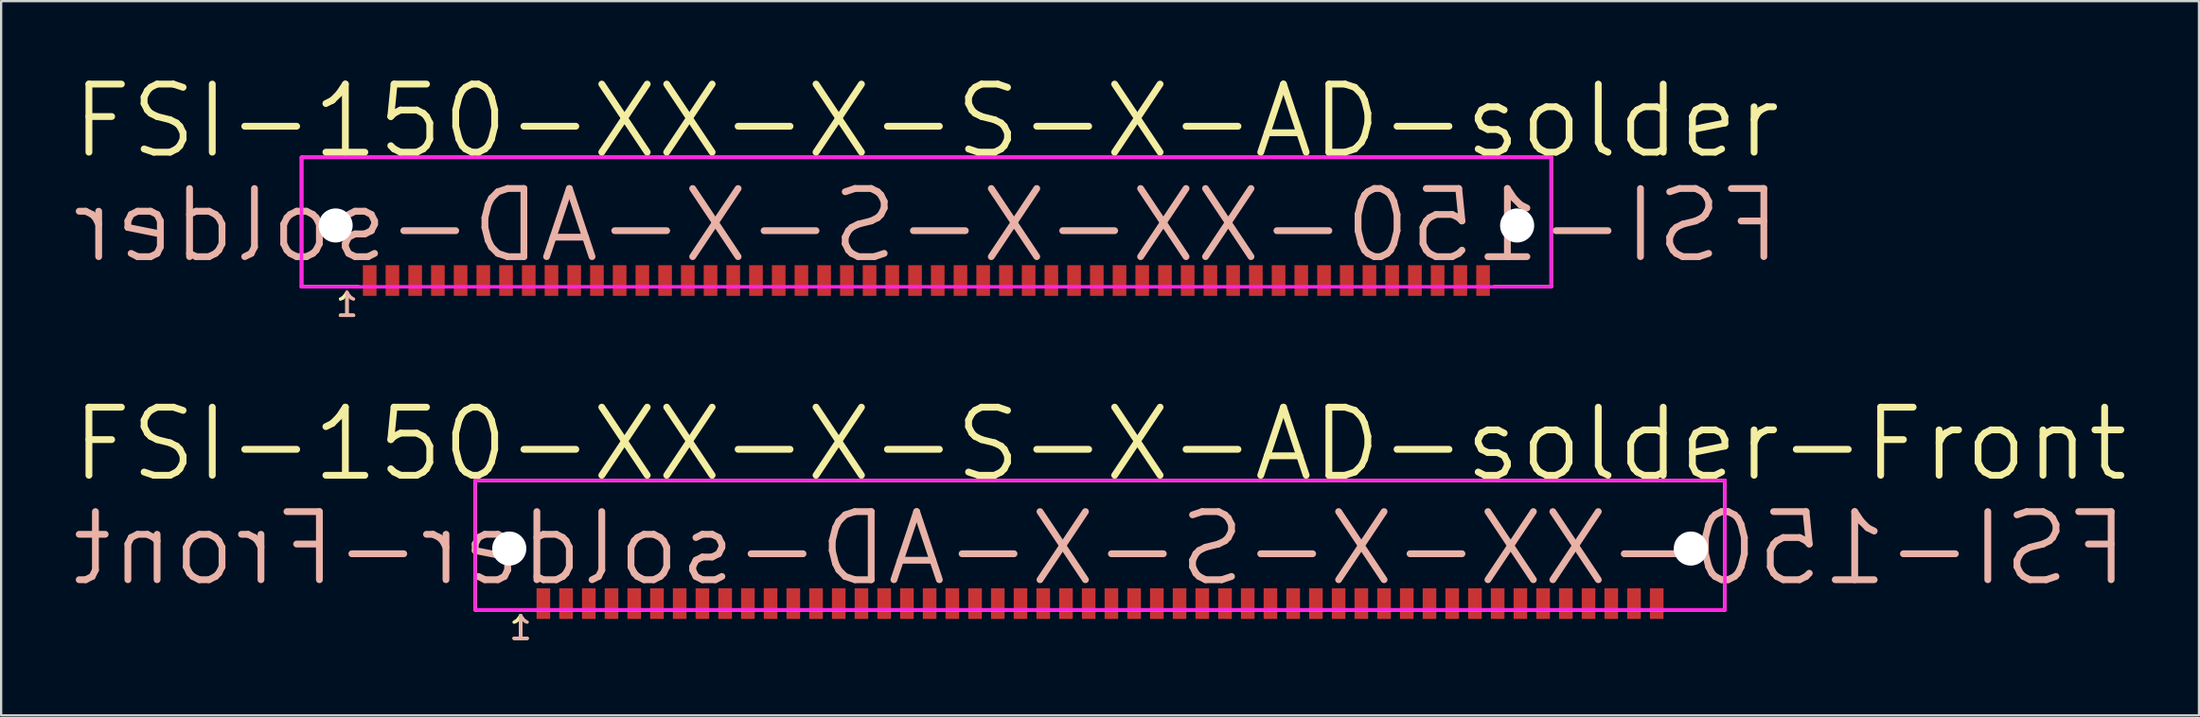
<source format=kicad_pcb>
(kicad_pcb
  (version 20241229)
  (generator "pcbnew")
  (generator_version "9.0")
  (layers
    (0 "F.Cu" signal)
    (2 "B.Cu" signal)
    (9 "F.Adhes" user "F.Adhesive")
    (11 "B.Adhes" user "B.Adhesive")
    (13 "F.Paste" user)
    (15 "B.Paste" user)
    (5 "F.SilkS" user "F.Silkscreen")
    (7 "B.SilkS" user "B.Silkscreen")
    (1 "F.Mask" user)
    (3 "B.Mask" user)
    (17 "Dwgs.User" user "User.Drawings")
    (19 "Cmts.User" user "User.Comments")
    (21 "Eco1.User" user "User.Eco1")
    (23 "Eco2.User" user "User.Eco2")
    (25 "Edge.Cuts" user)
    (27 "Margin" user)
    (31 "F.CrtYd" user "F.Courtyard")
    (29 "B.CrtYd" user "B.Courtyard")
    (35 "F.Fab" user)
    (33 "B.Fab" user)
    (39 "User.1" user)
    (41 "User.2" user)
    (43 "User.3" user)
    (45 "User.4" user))
  (footprint "FSI-150-XX-X-S-X-AD-solder-Front"
    (layer "F.Cu")
    (at 45.364 21.111)
    (property "Reference" "FSI-150-XX-X-S-X-AD-solder-Front" (at 0 -4.6 0) (layer "F.SilkS") (effects (font (size 3 3) (thickness 0.3))))
    (attr smd)
    (fp_line (start -27.5 -3) (end 27.5 -3) (stroke (width 0.15) (type solid)) (layer "F.SilkS"))
    (fp_line (start -27.5 2.7) (end -27.5 -3) (stroke (width 0.15) (type solid)) (layer "F.SilkS"))
    (fp_line (start 27.5 -3) (end 27.5 2.7) (stroke (width 0.15) (type solid)) (layer "F.SilkS"))
    (fp_line (start 27.5 2.7) (end -27.5 2.7) (stroke (width 0.15) (type solid)) (layer "F.SilkS"))
    (fp_line (start -27.5 -3) (end 27.5 -3) (stroke (width 0.15) (type solid)) (layer "F.CrtYd"))
    (fp_line (start -27.5 2.7) (end -27.5 -3) (stroke (width 0.15) (type solid)) (layer "F.CrtYd"))
    (fp_line (start 27.5 -3) (end 27.5 2.7) (stroke (width 0.15) (type solid)) (layer "F.CrtYd"))
    (fp_line (start 27.5 2.7) (end -27.5 2.7) (stroke (width 0.15) (type solid)) (layer "F.CrtYd"))
    (fp_text user "1" (at -25.5 3.5 0) (layer "F.SilkS") (effects (font (size 1 1) (thickness 0.15))))
    (fp_text user "1" (at -25.5 3.5 0) (layer "B.SilkS") (effects (font (size 1 1) (thickness 0.15)) (justify mirror)))
    (fp_text user "${REFERENCE}" (at 0 0 0) (layer "B.SilkS") (effects (font (size 3 3) (thickness 0.3)) (justify mirror)))
    (pad "" np_thru_hole circle (at -26 0) (size 1.5 1.5) (drill 1.5) (layers "*.Cu" "*.Mask"))
    (pad "" np_thru_hole circle (at 26 0) (size 1.5 1.5) (drill 1.5) (layers "*.Cu" "*.Mask"))
    (pad "1" smd rect (at -24.5 1.75) (size 0.6 1.35) (drill (offset 0 0.675)) (layers "F.Cu" "F.Mask" "F.Paste"))
    (pad "2" smd rect (at -23.5 1.75) (size 0.6 1.35) (drill (offset 0 0.675)) (layers "F.Cu" "F.Mask" "F.Paste"))
    (pad "3" smd rect (at -22.5 1.75) (size 0.6 1.35) (drill (offset 0 0.675)) (layers "F.Cu" "F.Mask" "F.Paste"))
    (pad "4" smd rect (at -21.5 1.75) (size 0.6 1.35) (drill (offset 0 0.675)) (layers "F.Cu" "F.Mask" "F.Paste"))
    (pad "5" smd rect (at -20.5 1.75) (size 0.6 1.35) (drill (offset 0 0.675)) (layers "F.Cu" "F.Mask" "F.Paste"))
    (pad "6" smd rect (at -19.5 1.75) (size 0.6 1.35) (drill (offset 0 0.675)) (layers "F.Cu" "F.Mask" "F.Paste"))
    (pad "7" smd rect (at -18.5 1.75) (size 0.6 1.35) (drill (offset 0 0.675)) (layers "F.Cu" "F.Mask" "F.Paste"))
    (pad "8" smd rect (at -17.5 1.75) (size 0.6 1.35) (drill (offset 0 0.675)) (layers "F.Cu" "F.Mask" "F.Paste"))
    (pad "9" smd rect (at -16.5 1.75) (size 0.6 1.35) (drill (offset 0 0.675)) (layers "F.Cu" "F.Mask" "F.Paste"))
    (pad "10" smd rect (at -15.5 1.75) (size 0.6 1.35) (drill (offset 0 0.675)) (layers "F.Cu" "F.Mask" "F.Paste"))
    (pad "11" smd rect (at -14.5 1.75) (size 0.6 1.35) (drill (offset 0 0.675)) (layers "F.Cu" "F.Mask" "F.Paste"))
    (pad "12" smd rect (at -13.5 1.75) (size 0.6 1.35) (drill (offset 0 0.675)) (layers "F.Cu" "F.Mask" "F.Paste"))
    (pad "13" smd rect (at -12.5 1.75) (size 0.6 1.35) (drill (offset 0 0.675)) (layers "F.Cu" "F.Mask" "F.Paste"))
    (pad "14" smd rect (at -11.5 1.75) (size 0.6 1.35) (drill (offset 0 0.675)) (layers "F.Cu" "F.Mask" "F.Paste"))
    (pad "15" smd rect (at -10.5 1.75) (size 0.6 1.35) (drill (offset 0 0.675)) (layers "F.Cu" "F.Mask" "F.Paste"))
    (pad "16" smd rect (at -9.5 1.75) (size 0.6 1.35) (drill (offset 0 0.675)) (layers "F.Cu" "F.Mask" "F.Paste"))
    (pad "17" smd rect (at -8.5 1.75) (size 0.6 1.35) (drill (offset 0 0.675)) (layers "F.Cu" "F.Mask" "F.Paste"))
    (pad "18" smd rect (at -7.5 1.75) (size 0.6 1.35) (drill (offset 0 0.675)) (layers "F.Cu" "F.Mask" "F.Paste"))
    (pad "19" smd rect (at -6.5 1.75) (size 0.6 1.35) (drill (offset 0 0.675)) (layers "F.Cu" "F.Mask" "F.Paste"))
    (pad "20" smd rect (at -5.5 1.75) (size 0.6 1.35) (drill (offset 0 0.675)) (layers "F.Cu" "F.Mask" "F.Paste"))
    (pad "21" smd rect (at -4.5 1.75) (size 0.6 1.35) (drill (offset 0 0.675)) (layers "F.Cu" "F.Mask" "F.Paste"))
    (pad "22" smd rect (at -3.5 1.75) (size 0.6 1.35) (drill (offset 0 0.675)) (layers "F.Cu" "F.Mask" "F.Paste"))
    (pad "23" smd rect (at -2.5 1.75) (size 0.6 1.35) (drill (offset 0 0.675)) (layers "F.Cu" "F.Mask" "F.Paste"))
    (pad "24" smd rect (at -1.5 1.75) (size 0.6 1.35) (drill (offset 0 0.675)) (layers "F.Cu" "F.Mask" "F.Paste"))
    (pad "25" smd rect (at -0.5 1.75) (size 0.6 1.35) (drill (offset 0 0.675)) (layers "F.Cu" "F.Mask" "F.Paste"))
    (pad "26" smd rect (at 0.5 1.75) (size 0.6 1.35) (drill (offset 0 0.675)) (layers "F.Cu" "F.Mask" "F.Paste"))
    (pad "27" smd rect (at 1.5 1.75) (size 0.6 1.35) (drill (offset 0 0.675)) (layers "F.Cu" "F.Mask" "F.Paste"))
    (pad "28" smd rect (at 2.5 1.75) (size 0.6 1.35) (drill (offset 0 0.675)) (layers "F.Cu" "F.Mask" "F.Paste"))
    (pad "29" smd rect (at 3.5 1.75) (size 0.6 1.35) (drill (offset 0 0.675)) (layers "F.Cu" "F.Mask" "F.Paste"))
    (pad "30" smd rect (at 4.5 1.75) (size 0.6 1.35) (drill (offset 0 0.675)) (layers "F.Cu" "F.Mask" "F.Paste"))
    (pad "31" smd rect (at 5.5 1.75) (size 0.6 1.35) (drill (offset 0 0.675)) (layers "F.Cu" "F.Mask" "F.Paste"))
    (pad "32" smd rect (at 6.5 1.75) (size 0.6 1.35) (drill (offset 0 0.675)) (layers "F.Cu" "F.Mask" "F.Paste"))
    (pad "33" smd rect (at 7.5 1.75) (size 0.6 1.35) (drill (offset 0 0.675)) (layers "F.Cu" "F.Mask" "F.Paste"))
    (pad "34" smd rect (at 8.5 1.75) (size 0.6 1.35) (drill (offset 0 0.675)) (layers "F.Cu" "F.Mask" "F.Paste"))
    (pad "35" smd rect (at 9.5 1.75) (size 0.6 1.35) (drill (offset 0 0.675)) (layers "F.Cu" "F.Mask" "F.Paste"))
    (pad "36" smd rect (at 10.5 1.75) (size 0.6 1.35) (drill (offset 0 0.675)) (layers "F.Cu" "F.Mask" "F.Paste"))
    (pad "37" smd rect (at 11.5 1.75) (size 0.6 1.35) (drill (offset 0 0.675)) (layers "F.Cu" "F.Mask" "F.Paste"))
    (pad "38" smd rect (at 12.5 1.75) (size 0.6 1.35) (drill (offset 0 0.675)) (layers "F.Cu" "F.Mask" "F.Paste"))
    (pad "39" smd rect (at 13.5 1.75) (size 0.6 1.35) (drill (offset 0 0.675)) (layers "F.Cu" "F.Mask" "F.Paste"))
    (pad "40" smd rect (at 14.5 1.75) (size 0.6 1.35) (drill (offset 0 0.675)) (layers "F.Cu" "F.Mask" "F.Paste"))
    (pad "41" smd rect (at 15.5 1.75) (size 0.6 1.35) (drill (offset 0 0.675)) (layers "F.Cu" "F.Mask" "F.Paste"))
    (pad "42" smd rect (at 16.5 1.75) (size 0.6 1.35) (drill (offset 0 0.675)) (layers "F.Cu" "F.Mask" "F.Paste"))
    (pad "43" smd rect (at 17.5 1.75) (size 0.6 1.35) (drill (offset 0 0.675)) (layers "F.Cu" "F.Mask" "F.Paste"))
    (pad "44" smd rect (at 18.5 1.75) (size 0.6 1.35) (drill (offset 0 0.675)) (layers "F.Cu" "F.Mask" "F.Paste"))
    (pad "45" smd rect (at 19.5 1.75) (size 0.6 1.35) (drill (offset 0 0.675)) (layers "F.Cu" "F.Mask" "F.Paste"))
    (pad "46" smd rect (at 20.5 1.75) (size 0.6 1.35) (drill (offset 0 0.675)) (layers "F.Cu" "F.Mask" "F.Paste"))
    (pad "47" smd rect (at 21.5 1.75) (size 0.6 1.35) (drill (offset 0 0.675)) (layers "F.Cu" "F.Mask" "F.Paste"))
    (pad "48" smd rect (at 22.5 1.75) (size 0.6 1.35) (drill (offset 0 0.675)) (layers "F.Cu" "F.Mask" "F.Paste"))
    (pad "49" smd rect (at 23.5 1.75) (size 0.6 1.35) (drill (offset 0 0.675)) (layers "F.Cu" "F.Mask" "F.Paste"))
    (pad "50" smd rect (at 24.5 1.75) (size 0.6 1.35) (drill (offset 0 0.675)) (layers "F.Cu" "F.Mask" "F.Paste")))
  (footprint "FSI-150-XX-X-S-X-AD-solder"
    (layer "F.Cu")
    (at 37.721 6.881)
    (property "Reference" "FSI-150-XX-X-S-X-AD-solder" (at 0 -4.6 0) (layer "F.SilkS") (effects (font (size 3 3) (thickness 0.3))))
    (attr smd)
    (fp_line (start -27.5 -3) (end 27.5 -3) (stroke (width 0.15) (type solid)) (layer "F.SilkS"))
    (fp_line (start -27.5 2.7) (end -27.5 -3) (stroke (width 0.15) (type solid)) (layer "F.SilkS"))
    (fp_line (start -27.5 2.7) (end -25 2.7) (stroke (width 0.15) (type solid)) (layer "F.SilkS"))
    (fp_line (start 27.5 -3) (end 27.5 2.7) (stroke (width 0.15) (type solid)) (layer "F.SilkS"))
    (fp_line (start 27.5 2.7) (end 25 2.7) (stroke (width 0.15) (type solid)) (layer "F.SilkS"))
    (fp_line (start -27.5 -3) (end 27.5 -3) (stroke (width 0.15) (type solid)) (layer "F.CrtYd"))
    (fp_line (start -27.5 2.7) (end -27.5 -3) (stroke (width 0.15) (type solid)) (layer "F.CrtYd"))
    (fp_line (start 27.5 -3) (end 27.5 2.7) (stroke (width 0.15) (type solid)) (layer "F.CrtYd"))
    (fp_line (start 27.5 2.7) (end -27.5 2.7) (stroke (width 0.15) (type solid)) (layer "F.CrtYd"))
    (fp_text user "1" (at -25.5 3.5 0) (layer "F.SilkS") (effects (font (size 1 1) (thickness 0.15))))
    (fp_text user "1" (at -25.5 3.5 0) (layer "B.SilkS") (effects (font (size 1 1) (thickness 0.15)) (justify mirror)))
    (fp_text user "${REFERENCE}" (at 0 0 0) (layer "B.SilkS") (effects (font (size 3 3) (thickness 0.3)) (justify mirror)))
    (pad "" np_thru_hole circle (at -26 0) (size 1.5 1.5) (drill 1.5) (layers "*.Cu" "*.Mask"))
    (pad "" np_thru_hole circle (at 26 0) (size 1.5 1.5) (drill 1.5) (layers "*.Cu" "*.Mask"))
    (pad "1" smd rect (at -24.5 1.75) (size 0.6 1.35) (drill (offset 0 0.675)) (layers "F.Cu" "F.Mask" "F.Paste"))
    (pad "2" smd rect (at -23.5 1.75) (size 0.6 1.35) (drill (offset 0 0.675)) (layers "F.Cu" "F.Mask" "F.Paste"))
    (pad "3" smd rect (at -22.5 1.75) (size 0.6 1.35) (drill (offset 0 0.675)) (layers "F.Cu" "F.Mask" "F.Paste"))
    (pad "4" smd rect (at -21.5 1.75) (size 0.6 1.35) (drill (offset 0 0.675)) (layers "F.Cu" "F.Mask" "F.Paste"))
    (pad "5" smd rect (at -20.5 1.75) (size 0.6 1.35) (drill (offset 0 0.675)) (layers "F.Cu" "F.Mask" "F.Paste"))
    (pad "6" smd rect (at -19.5 1.75) (size 0.6 1.35) (drill (offset 0 0.675)) (layers "F.Cu" "F.Mask" "F.Paste"))
    (pad "7" smd rect (at -18.5 1.75) (size 0.6 1.35) (drill (offset 0 0.675)) (layers "F.Cu" "F.Mask" "F.Paste"))
    (pad "8" smd rect (at -17.5 1.75) (size 0.6 1.35) (drill (offset 0 0.675)) (layers "F.Cu" "F.Mask" "F.Paste"))
    (pad "9" smd rect (at -16.5 1.75) (size 0.6 1.35) (drill (offset 0 0.675)) (layers "F.Cu" "F.Mask" "F.Paste"))
    (pad "10" smd rect (at -15.5 1.75) (size 0.6 1.35) (drill (offset 0 0.675)) (layers "F.Cu" "F.Mask" "F.Paste"))
    (pad "11" smd rect (at -14.5 1.75) (size 0.6 1.35) (drill (offset 0 0.675)) (layers "F.Cu" "F.Mask" "F.Paste"))
    (pad "12" smd rect (at -13.5 1.75) (size 0.6 1.35) (drill (offset 0 0.675)) (layers "F.Cu" "F.Mask" "F.Paste"))
    (pad "13" smd rect (at -12.5 1.75) (size 0.6 1.35) (drill (offset 0 0.675)) (layers "F.Cu" "F.Mask" "F.Paste"))
    (pad "14" smd rect (at -11.5 1.75) (size 0.6 1.35) (drill (offset 0 0.675)) (layers "F.Cu" "F.Mask" "F.Paste"))
    (pad "15" smd rect (at -10.5 1.75) (size 0.6 1.35) (drill (offset 0 0.675)) (layers "F.Cu" "F.Mask" "F.Paste"))
    (pad "16" smd rect (at -9.5 1.75) (size 0.6 1.35) (drill (offset 0 0.675)) (layers "F.Cu" "F.Mask" "F.Paste"))
    (pad "17" smd rect (at -8.5 1.75) (size 0.6 1.35) (drill (offset 0 0.675)) (layers "F.Cu" "F.Mask" "F.Paste"))
    (pad "18" smd rect (at -7.5 1.75) (size 0.6 1.35) (drill (offset 0 0.675)) (layers "F.Cu" "F.Mask" "F.Paste"))
    (pad "19" smd rect (at -6.5 1.75) (size 0.6 1.35) (drill (offset 0 0.675)) (layers "F.Cu" "F.Mask" "F.Paste"))
    (pad "20" smd rect (at -5.5 1.75) (size 0.6 1.35) (drill (offset 0 0.675)) (layers "F.Cu" "F.Mask" "F.Paste"))
    (pad "21" smd rect (at -4.5 1.75) (size 0.6 1.35) (drill (offset 0 0.675)) (layers "F.Cu" "F.Mask" "F.Paste"))
    (pad "22" smd rect (at -3.5 1.75) (size 0.6 1.35) (drill (offset 0 0.675)) (layers "F.Cu" "F.Mask" "F.Paste"))
    (pad "23" smd rect (at -2.5 1.75) (size 0.6 1.35) (drill (offset 0 0.675)) (layers "F.Cu" "F.Mask" "F.Paste"))
    (pad "24" smd rect (at -1.5 1.75) (size 0.6 1.35) (drill (offset 0 0.675)) (layers "F.Cu" "F.Mask" "F.Paste"))
    (pad "25" smd rect (at -0.5 1.75) (size 0.6 1.35) (drill (offset 0 0.675)) (layers "F.Cu" "F.Mask" "F.Paste"))
    (pad "26" smd rect (at 0.5 1.75) (size 0.6 1.35) (drill (offset 0 0.675)) (layers "F.Cu" "F.Mask" "F.Paste"))
    (pad "27" smd rect (at 1.5 1.75) (size 0.6 1.35) (drill (offset 0 0.675)) (layers "F.Cu" "F.Mask" "F.Paste"))
    (pad "28" smd rect (at 2.5 1.75) (size 0.6 1.35) (drill (offset 0 0.675)) (layers "F.Cu" "F.Mask" "F.Paste"))
    (pad "29" smd rect (at 3.5 1.75) (size 0.6 1.35) (drill (offset 0 0.675)) (layers "F.Cu" "F.Mask" "F.Paste"))
    (pad "30" smd rect (at 4.5 1.75) (size 0.6 1.35) (drill (offset 0 0.675)) (layers "F.Cu" "F.Mask" "F.Paste"))
    (pad "31" smd rect (at 5.5 1.75) (size 0.6 1.35) (drill (offset 0 0.675)) (layers "F.Cu" "F.Mask" "F.Paste"))
    (pad "32" smd rect (at 6.5 1.75) (size 0.6 1.35) (drill (offset 0 0.675)) (layers "F.Cu" "F.Mask" "F.Paste"))
    (pad "33" smd rect (at 7.5 1.75) (size 0.6 1.35) (drill (offset 0 0.675)) (layers "F.Cu" "F.Mask" "F.Paste"))
    (pad "34" smd rect (at 8.5 1.75) (size 0.6 1.35) (drill (offset 0 0.675)) (layers "F.Cu" "F.Mask" "F.Paste"))
    (pad "35" smd rect (at 9.5 1.75) (size 0.6 1.35) (drill (offset 0 0.675)) (layers "F.Cu" "F.Mask" "F.Paste"))
    (pad "36" smd rect (at 10.5 1.75) (size 0.6 1.35) (drill (offset 0 0.675)) (layers "F.Cu" "F.Mask" "F.Paste"))
    (pad "37" smd rect (at 11.5 1.75) (size 0.6 1.35) (drill (offset 0 0.675)) (layers "F.Cu" "F.Mask" "F.Paste"))
    (pad "38" smd rect (at 12.5 1.75) (size 0.6 1.35) (drill (offset 0 0.675)) (layers "F.Cu" "F.Mask" "F.Paste"))
    (pad "39" smd rect (at 13.5 1.75) (size 0.6 1.35) (drill (offset 0 0.675)) (layers "F.Cu" "F.Mask" "F.Paste"))
    (pad "40" smd rect (at 14.5 1.75) (size 0.6 1.35) (drill (offset 0 0.675)) (layers "F.Cu" "F.Mask" "F.Paste"))
    (pad "41" smd rect (at 15.5 1.75) (size 0.6 1.35) (drill (offset 0 0.675)) (layers "F.Cu" "F.Mask" "F.Paste"))
    (pad "42" smd rect (at 16.5 1.75) (size 0.6 1.35) (drill (offset 0 0.675)) (layers "F.Cu" "F.Mask" "F.Paste"))
    (pad "43" smd rect (at 17.5 1.75) (size 0.6 1.35) (drill (offset 0 0.675)) (layers "F.Cu" "F.Mask" "F.Paste"))
    (pad "44" smd rect (at 18.5 1.75) (size 0.6 1.35) (drill (offset 0 0.675)) (layers "F.Cu" "F.Mask" "F.Paste"))
    (pad "45" smd rect (at 19.5 1.75) (size 0.6 1.35) (drill (offset 0 0.675)) (layers "F.Cu" "F.Mask" "F.Paste"))
    (pad "46" smd rect (at 20.5 1.75) (size 0.6 1.35) (drill (offset 0 0.675)) (layers "F.Cu" "F.Mask" "F.Paste"))
    (pad "47" smd rect (at 21.5 1.75) (size 0.6 1.35) (drill (offset 0 0.675)) (layers "F.Cu" "F.Mask" "F.Paste"))
    (pad "48" smd rect (at 22.5 1.75) (size 0.6 1.35) (drill (offset 0 0.675)) (layers "F.Cu" "F.Mask" "F.Paste"))
    (pad "49" smd rect (at 23.5 1.75) (size 0.6 1.35) (drill (offset 0 0.675)) (layers "F.Cu" "F.Mask" "F.Paste"))
    (pad "50" smd rect (at 24.5 1.75) (size 0.6 1.35) (drill (offset 0 0.675)) (layers "F.Cu" "F.Mask" "F.Paste")))
  (gr_rect
    (start -3 -3)
    (end 93.729 28.459)
    (stroke (width 0.1) (type default))
    (fill no)
    (layer "Edge.Cuts")))
</source>
